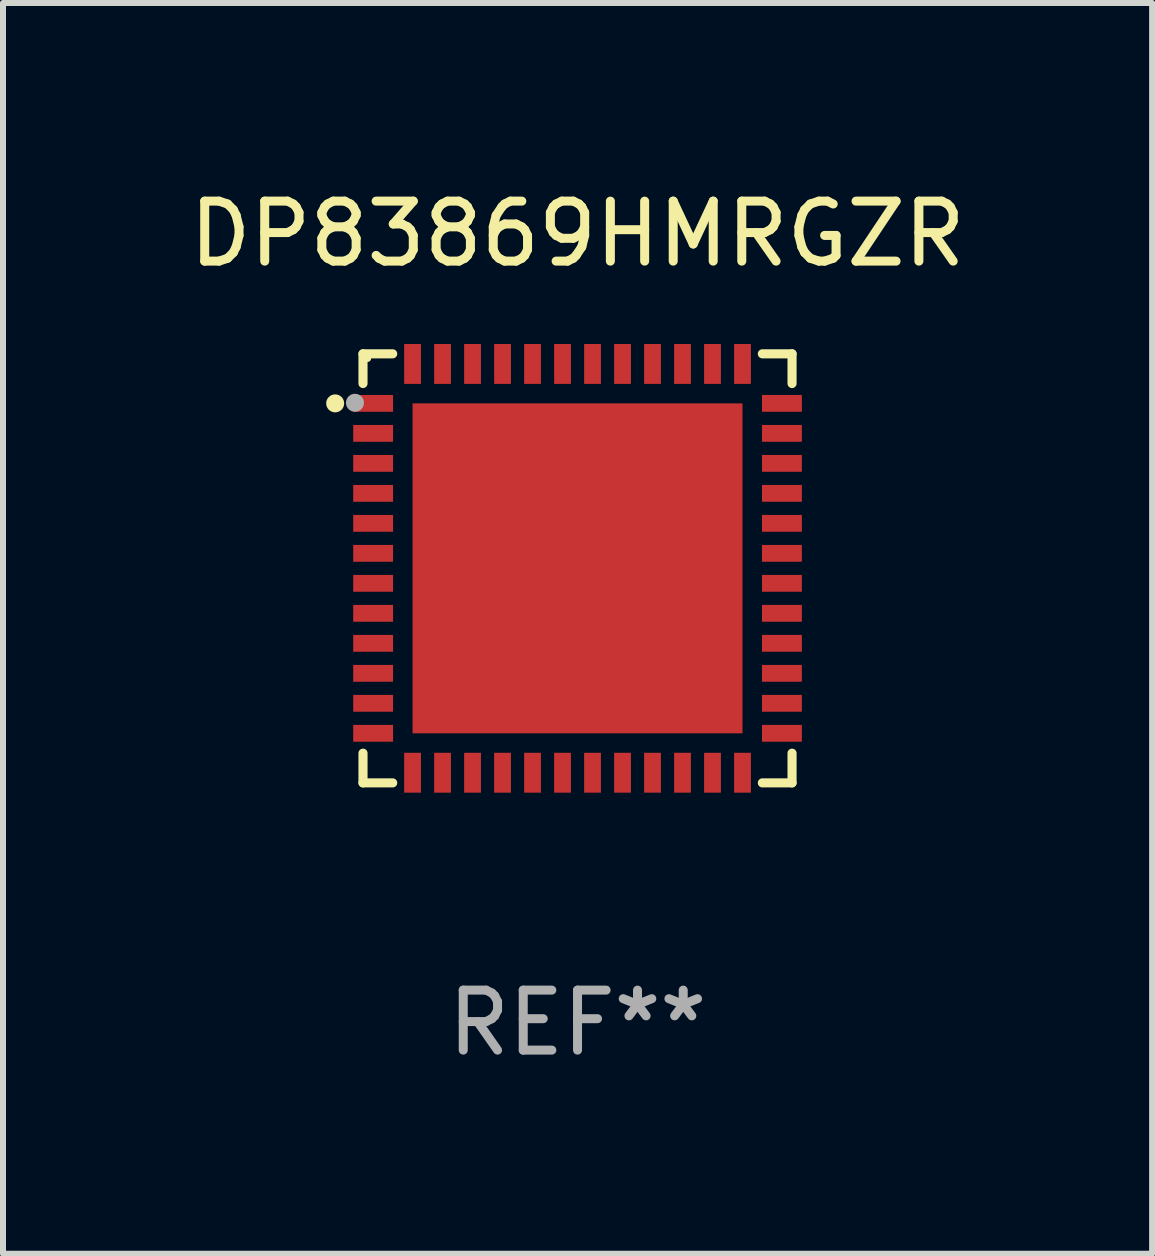
<source format=kicad_pcb>
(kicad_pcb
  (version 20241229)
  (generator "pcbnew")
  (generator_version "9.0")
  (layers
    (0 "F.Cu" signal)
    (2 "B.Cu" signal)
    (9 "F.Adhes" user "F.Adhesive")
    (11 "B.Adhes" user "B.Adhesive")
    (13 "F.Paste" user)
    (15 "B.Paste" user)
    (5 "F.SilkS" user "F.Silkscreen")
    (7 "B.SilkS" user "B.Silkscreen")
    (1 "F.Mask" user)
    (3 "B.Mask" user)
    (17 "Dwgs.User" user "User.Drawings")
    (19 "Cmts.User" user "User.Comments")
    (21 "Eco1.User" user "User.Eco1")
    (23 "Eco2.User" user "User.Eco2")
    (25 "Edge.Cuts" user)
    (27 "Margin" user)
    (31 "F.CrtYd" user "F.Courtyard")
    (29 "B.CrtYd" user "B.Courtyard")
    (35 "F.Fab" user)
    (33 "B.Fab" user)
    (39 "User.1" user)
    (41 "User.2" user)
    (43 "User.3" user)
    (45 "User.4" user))
  (footprint "DP83869HMRGZR"
    (layer "F.Cu")
    (at 6.577 6.424)
    (property "Reference" "DP83869HMRGZR" (at 0 -5.576 0) (layer "F.SilkS") (effects (font (size 1 1) (thickness 0.15))))
    (attr through_hole)
    (fp_line (start -3.576 -3.576) (end -3.576 -3.081) (stroke (width 0.152) (type solid)) (layer "F.SilkS"))
    (fp_line (start -3.576 3.576) (end -3.576 3.081) (stroke (width 0.152) (type solid)) (layer "F.SilkS"))
    (fp_line (start -3.081 -3.576) (end -3.576 -3.576) (stroke (width 0.152) (type solid)) (layer "F.SilkS"))
    (fp_line (start -3.081 3.576) (end -3.576 3.576) (stroke (width 0.152) (type solid)) (layer "F.SilkS"))
    (fp_line (start 3.081 -3.576) (end 3.576 -3.576) (stroke (width 0.152) (type solid)) (layer "F.SilkS"))
    (fp_line (start 3.081 3.576) (end 3.576 3.576) (stroke (width 0.152) (type solid)) (layer "F.SilkS"))
    (fp_line (start 3.576 -3.576) (end 3.576 -3.081) (stroke (width 0.152) (type solid)) (layer "F.SilkS"))
    (fp_line (start 3.576 3.576) (end 3.576 3.081) (stroke (width 0.152) (type solid)) (layer "F.SilkS"))
    (fp_circle (center -4.04 -2.75) (end -3.965 -2.75) (stroke (width 0.15) (type solid)) (fill no) (layer "F.SilkS"))
    (fp_circle (center -3.5 -3.5) (end -3.47 -3.5) (stroke (width 0.06) (type solid)) (fill no) (layer "F.SilkS"))
    (fp_circle (center -3.71 -2.76) (end -3.635 -2.76) (stroke (width 0.15) (type solid)) (fill no) (layer "F.Fab"))
    (fp_text user "REF**" (at 0 7.576 0) (layer "F.Fab") (effects (font (size 1 1) (thickness 0.15))))
    (pad "1" smd rect (at -3.407 -2.75) (size 0.665 0.28) (layers "F.Cu" "F.Mask" "F.Paste"))
    (pad "2" smd rect (at -3.407 -2.25) (size 0.665 0.28) (layers "F.Cu" "F.Mask" "F.Paste"))
    (pad "3" smd rect (at -3.407 -1.75) (size 0.665 0.28) (layers "F.Cu" "F.Mask" "F.Paste"))
    (pad "4" smd rect (at -3.407 -1.25) (size 0.665 0.28) (layers "F.Cu" "F.Mask" "F.Paste"))
    (pad "5" smd rect (at -3.407 -0.75) (size 0.665 0.28) (layers "F.Cu" "F.Mask" "F.Paste"))
    (pad "6" smd rect (at -3.407 -0.25) (size 0.665 0.28) (layers "F.Cu" "F.Mask" "F.Paste"))
    (pad "7" smd rect (at -3.407 0.25) (size 0.665 0.28) (layers "F.Cu" "F.Mask" "F.Paste"))
    (pad "8" smd rect (at -3.407 0.75) (size 0.665 0.28) (layers "F.Cu" "F.Mask" "F.Paste"))
    (pad "9" smd rect (at -3.407 1.25) (size 0.665 0.28) (layers "F.Cu" "F.Mask" "F.Paste"))
    (pad "10" smd rect (at -3.407 1.75) (size 0.665 0.28) (layers "F.Cu" "F.Mask" "F.Paste"))
    (pad "11" smd rect (at -3.407 2.25) (size 0.665 0.28) (layers "F.Cu" "F.Mask" "F.Paste"))
    (pad "12" smd rect (at -3.407 2.75) (size 0.665 0.28) (layers "F.Cu" "F.Mask" "F.Paste"))
    (pad "13" smd rect (at -2.75 3.407) (size 0.28 0.665) (layers "F.Cu" "F.Mask" "F.Paste"))
    (pad "14" smd rect (at -2.25 3.407) (size 0.28 0.665) (layers "F.Cu" "F.Mask" "F.Paste"))
    (pad "15" smd rect (at -1.75 3.407) (size 0.28 0.665) (layers "F.Cu" "F.Mask" "F.Paste"))
    (pad "16" smd rect (at -1.25 3.407) (size 0.28 0.665) (layers "F.Cu" "F.Mask" "F.Paste"))
    (pad "17" smd rect (at -0.75 3.407) (size 0.28 0.665) (layers "F.Cu" "F.Mask" "F.Paste"))
    (pad "18" smd rect (at -0.25 3.407) (size 0.28 0.665) (layers "F.Cu" "F.Mask" "F.Paste"))
    (pad "19" smd rect (at 0.25 3.407) (size 0.28 0.665) (layers "F.Cu" "F.Mask" "F.Paste"))
    (pad "20" smd rect (at 0.75 3.407) (size 0.28 0.665) (layers "F.Cu" "F.Mask" "F.Paste"))
    (pad "21" smd rect (at 1.25 3.407) (size 0.28 0.665) (layers "F.Cu" "F.Mask" "F.Paste"))
    (pad "22" smd rect (at 1.75 3.407) (size 0.28 0.665) (layers "F.Cu" "F.Mask" "F.Paste"))
    (pad "23" smd rect (at 2.25 3.407) (size 0.28 0.665) (layers "F.Cu" "F.Mask" "F.Paste"))
    (pad "24" smd rect (at 2.75 3.407) (size 0.28 0.665) (layers "F.Cu" "F.Mask" "F.Paste"))
    (pad "25" smd rect (at 3.407 2.75) (size 0.665 0.28) (layers "F.Cu" "F.Mask" "F.Paste"))
    (pad "26" smd rect (at 3.407 2.25) (size 0.665 0.28) (layers "F.Cu" "F.Mask" "F.Paste"))
    (pad "27" smd rect (at 3.407 1.75) (size 0.665 0.28) (layers "F.Cu" "F.Mask" "F.Paste"))
    (pad "28" smd rect (at 3.407 1.25) (size 0.665 0.28) (layers "F.Cu" "F.Mask" "F.Paste"))
    (pad "29" smd rect (at 3.407 0.75) (size 0.665 0.28) (layers "F.Cu" "F.Mask" "F.Paste"))
    (pad "30" smd rect (at 3.407 0.25) (size 0.665 0.28) (layers "F.Cu" "F.Mask" "F.Paste"))
    (pad "31" smd rect (at 3.407 -0.25) (size 0.665 0.28) (layers "F.Cu" "F.Mask" "F.Paste"))
    (pad "32" smd rect (at 3.407 -0.75) (size 0.665 0.28) (layers "F.Cu" "F.Mask" "F.Paste"))
    (pad "33" smd rect (at 3.407 -1.25) (size 0.665 0.28) (layers "F.Cu" "F.Mask" "F.Paste"))
    (pad "34" smd rect (at 3.407 -1.75) (size 0.665 0.28) (layers "F.Cu" "F.Mask" "F.Paste"))
    (pad "35" smd rect (at 3.407 -2.25) (size 0.665 0.28) (layers "F.Cu" "F.Mask" "F.Paste"))
    (pad "36" smd rect (at 3.407 -2.75) (size 0.665 0.28) (layers "F.Cu" "F.Mask" "F.Paste"))
    (pad "37" smd rect (at 2.75 -3.407) (size 0.28 0.665) (layers "F.Cu" "F.Mask" "F.Paste"))
    (pad "38" smd rect (at 2.25 -3.407) (size 0.28 0.665) (layers "F.Cu" "F.Mask" "F.Paste"))
    (pad "39" smd rect (at 1.75 -3.407) (size 0.28 0.665) (layers "F.Cu" "F.Mask" "F.Paste"))
    (pad "40" smd rect (at 1.25 -3.407) (size 0.28 0.665) (layers "F.Cu" "F.Mask" "F.Paste"))
    (pad "41" smd rect (at 0.75 -3.407) (size 0.28 0.665) (layers "F.Cu" "F.Mask" "F.Paste"))
    (pad "42" smd rect (at 0.25 -3.407) (size 0.28 0.665) (layers "F.Cu" "F.Mask" "F.Paste"))
    (pad "43" smd rect (at -0.25 -3.407) (size 0.28 0.665) (layers "F.Cu" "F.Mask" "F.Paste"))
    (pad "44" smd rect (at -0.75 -3.407) (size 0.28 0.665) (layers "F.Cu" "F.Mask" "F.Paste"))
    (pad "45" smd rect (at -1.25 -3.407) (size 0.28 0.665) (layers "F.Cu" "F.Mask" "F.Paste"))
    (pad "46" smd rect (at -1.75 -3.407) (size 0.28 0.665) (layers "F.Cu" "F.Mask" "F.Paste"))
    (pad "47" smd rect (at -2.25 -3.407) (size 0.28 0.665) (layers "F.Cu" "F.Mask" "F.Paste"))
    (pad "48" smd rect (at -2.75 -3.407) (size 0.28 0.665) (layers "F.Cu" "F.Mask" "F.Paste"))
    (pad "49" smd rect (at 0 0) (size 5.5 5.5) (layers "F.Cu" "F.Mask" "F.Paste")))
  (gr_rect
    (start -3 -3)
    (end 16.155 17.849)
    (stroke (width 0.1) (type default))
    (fill no)
    (layer "Edge.Cuts")))
</source>
